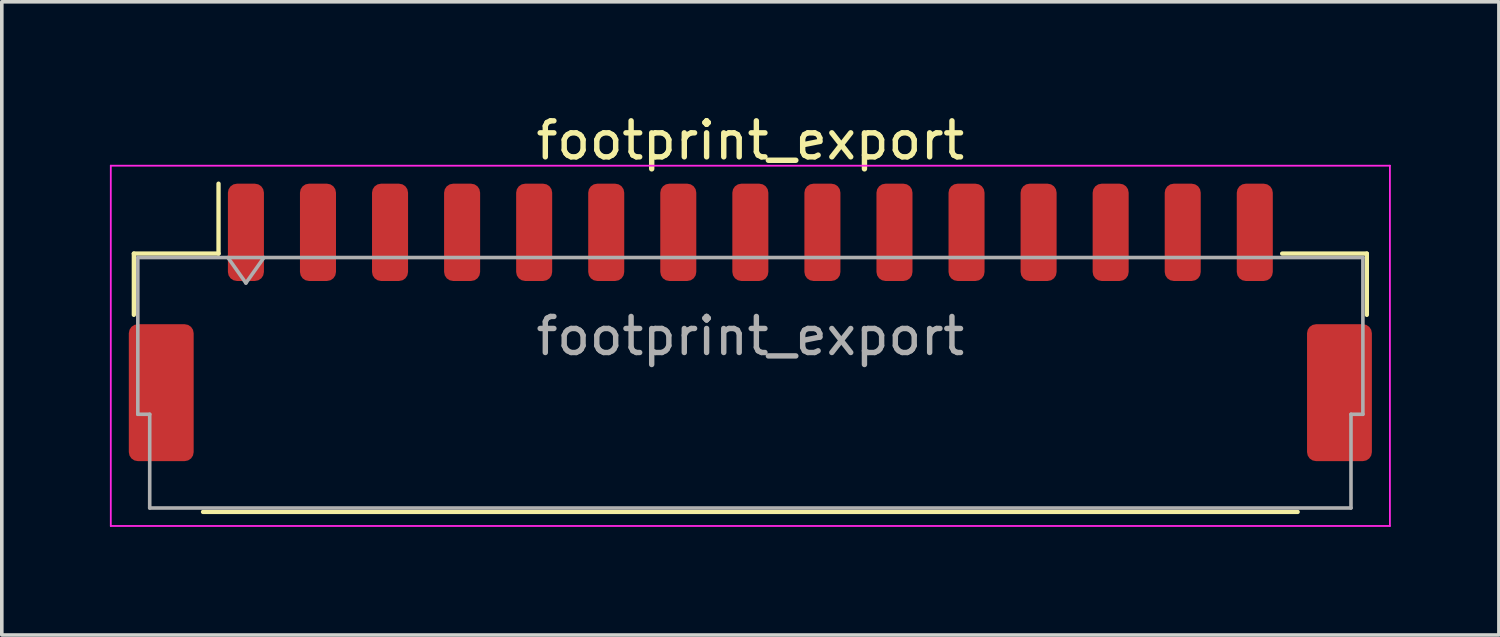
<source format=kicad_pcb>
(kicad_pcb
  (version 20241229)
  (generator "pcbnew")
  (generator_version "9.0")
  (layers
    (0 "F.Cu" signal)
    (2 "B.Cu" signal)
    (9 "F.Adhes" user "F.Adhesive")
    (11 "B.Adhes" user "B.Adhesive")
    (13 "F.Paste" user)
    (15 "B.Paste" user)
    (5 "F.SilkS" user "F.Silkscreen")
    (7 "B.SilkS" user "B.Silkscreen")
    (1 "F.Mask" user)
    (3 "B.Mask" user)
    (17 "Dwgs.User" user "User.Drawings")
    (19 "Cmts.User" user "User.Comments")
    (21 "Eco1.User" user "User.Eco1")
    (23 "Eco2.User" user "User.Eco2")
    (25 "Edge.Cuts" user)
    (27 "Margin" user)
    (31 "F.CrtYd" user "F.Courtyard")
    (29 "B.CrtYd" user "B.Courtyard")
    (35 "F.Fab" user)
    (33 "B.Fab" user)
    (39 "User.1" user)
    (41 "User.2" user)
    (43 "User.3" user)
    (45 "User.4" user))
  (footprint "footprint_export"
    (layer "F.Cu")
    (at 17.775 5.898)
    (property "Reference" "footprint_export" (at 0 -5.05 0) (layer "F.SilkS") (effects (font (size 1 1) (thickness 0.15))))
    (attr smd)
    (fp_line (start -17.11 -1.91) (end -14.76 -1.91) (stroke (width 0.12) (type solid)) (layer "F.SilkS"))
    (fp_line (start -17.11 -0.21) (end -17.11 -1.91) (stroke (width 0.12) (type solid)) (layer "F.SilkS"))
    (fp_line (start -15.19 5.26) (end 15.19 5.26) (stroke (width 0.12) (type solid)) (layer "F.SilkS"))
    (fp_line (start -14.76 -1.91) (end -14.76 -3.85) (stroke (width 0.12) (type solid)) (layer "F.SilkS"))
    (fp_line (start 17.11 -1.91) (end 14.76 -1.91) (stroke (width 0.12) (type solid)) (layer "F.SilkS"))
    (fp_line (start 17.11 -0.21) (end 17.11 -1.91) (stroke (width 0.12) (type solid)) (layer "F.SilkS"))
    (fp_line (start -17.75 -4.35) (end -17.75 5.65) (stroke (width 0.05) (type solid)) (layer "F.CrtYd"))
    (fp_line (start -17.75 5.65) (end 17.75 5.65) (stroke (width 0.05) (type solid)) (layer "F.CrtYd"))
    (fp_line (start 17.75 -4.35) (end -17.75 -4.35) (stroke (width 0.05) (type solid)) (layer "F.CrtYd"))
    (fp_line (start 17.75 5.65) (end 17.75 -4.35) (stroke (width 0.05) (type solid)) (layer "F.CrtYd"))
    (fp_line (start -17 -1.8) (end -17 2.55) (stroke (width 0.1) (type solid)) (layer "F.Fab"))
    (fp_line (start -17 -1.8) (end 17 -1.8) (stroke (width 0.1) (type solid)) (layer "F.Fab"))
    (fp_line (start -17 2.55) (end -16.67 2.55) (stroke (width 0.1) (type solid)) (layer "F.Fab"))
    (fp_line (start -16.67 2.55) (end -16.67 5.15) (stroke (width 0.1) (type solid)) (layer "F.Fab"))
    (fp_line (start -16.67 5.15) (end 16.67 5.15) (stroke (width 0.1) (type solid)) (layer "F.Fab"))
    (fp_line (start -14.5 -1.8) (end -14 -1.093) (stroke (width 0.1) (type solid)) (layer "F.Fab"))
    (fp_line (start -14 -1.093) (end -13.5 -1.8) (stroke (width 0.1) (type solid)) (layer "F.Fab"))
    (fp_line (start 16.67 2.55) (end 17 2.55) (stroke (width 0.1) (type solid)) (layer "F.Fab"))
    (fp_line (start 16.67 5.15) (end 16.67 2.55) (stroke (width 0.1) (type solid)) (layer "F.Fab"))
    (fp_line (start 17 -1.8) (end 17 2.55) (stroke (width 0.1) (type solid)) (layer "F.Fab"))
    (fp_text user "${REFERENCE}" (at 0 0.38 0) (layer "F.Fab") (effects (font (size 1 1) (thickness 0.15))))
    (pad "1" smd roundrect (at -14 -2.5) (size 1 2.7) (layers "F.Cu" "F.Mask" "F.Paste") (roundrect_rratio 0.25))
    (pad "2" smd roundrect (at -12 -2.5) (size 1 2.7) (layers "F.Cu" "F.Mask" "F.Paste") (roundrect_rratio 0.25))
    (pad "3" smd roundrect (at -10 -2.5) (size 1 2.7) (layers "F.Cu" "F.Mask" "F.Paste") (roundrect_rratio 0.25))
    (pad "4" smd roundrect (at -8 -2.5) (size 1 2.7) (layers "F.Cu" "F.Mask" "F.Paste") (roundrect_rratio 0.25))
    (pad "5" smd roundrect (at -6 -2.5) (size 1 2.7) (layers "F.Cu" "F.Mask" "F.Paste") (roundrect_rratio 0.25))
    (pad "6" smd roundrect (at -4 -2.5) (size 1 2.7) (layers "F.Cu" "F.Mask" "F.Paste") (roundrect_rratio 0.25))
    (pad "7" smd roundrect (at -2 -2.5) (size 1 2.7) (layers "F.Cu" "F.Mask" "F.Paste") (roundrect_rratio 0.25))
    (pad "8" smd roundrect (at 0 -2.5) (size 1 2.7) (layers "F.Cu" "F.Mask" "F.Paste") (roundrect_rratio 0.25))
    (pad "9" smd roundrect (at 2 -2.5) (size 1 2.7) (layers "F.Cu" "F.Mask" "F.Paste") (roundrect_rratio 0.25))
    (pad "10" smd roundrect (at 4 -2.5) (size 1 2.7) (layers "F.Cu" "F.Mask" "F.Paste") (roundrect_rratio 0.25))
    (pad "11" smd roundrect (at 6 -2.5) (size 1 2.7) (layers "F.Cu" "F.Mask" "F.Paste") (roundrect_rratio 0.25))
    (pad "12" smd roundrect (at 8 -2.5) (size 1 2.7) (layers "F.Cu" "F.Mask" "F.Paste") (roundrect_rratio 0.25))
    (pad "13" smd roundrect (at 10 -2.5) (size 1 2.7) (layers "F.Cu" "F.Mask" "F.Paste") (roundrect_rratio 0.25))
    (pad "14" smd roundrect (at 12 -2.5) (size 1 2.7) (layers "F.Cu" "F.Mask" "F.Paste") (roundrect_rratio 0.25))
    (pad "15" smd roundrect (at 14 -2.5) (size 1 2.7) (layers "F.Cu" "F.Mask" "F.Paste") (roundrect_rratio 0.25))
    (pad "MP" smd roundrect (at -16.35 1.95) (size 1.8 3.8) (layers "F.Cu" "F.Mask" "F.Paste") (roundrect_rratio 0.139))
    (pad "MP" smd roundrect (at 16.35 1.95) (size 1.8 3.8) (layers "F.Cu" "F.Mask" "F.Paste") (roundrect_rratio 0.139)))
  (gr_rect
    (start -3 -3)
    (end 38.55 14.573)
    (stroke (width 0.1) (type default))
    (fill no)
    (layer "Edge.Cuts")))
</source>
